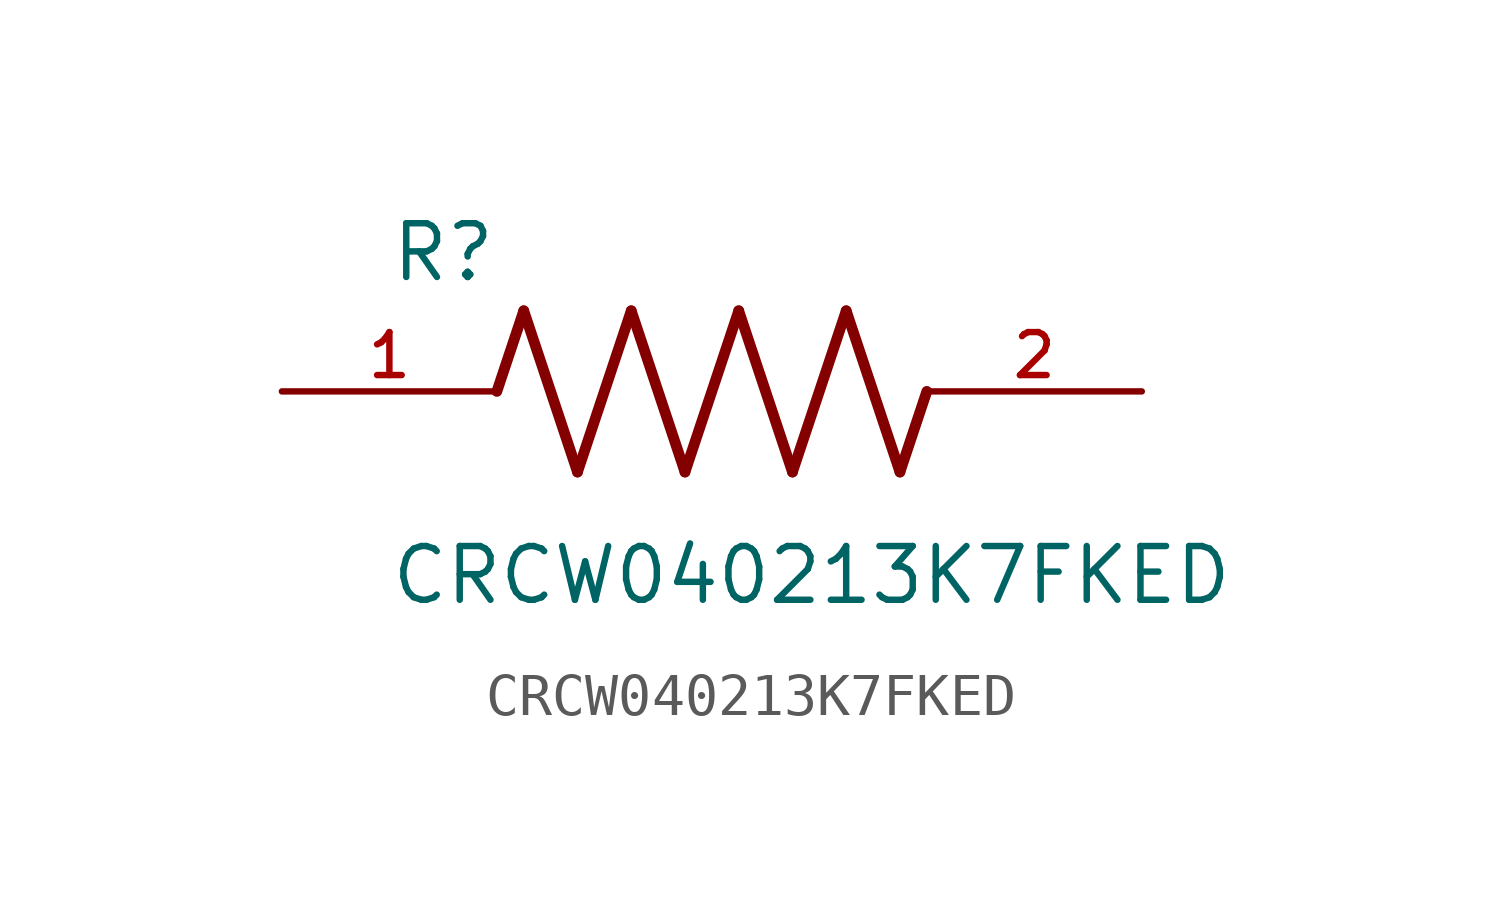
<source format=kicad_sym>
(kicad_symbol_lib
  (version 20211014)
  (generator kicad_symbol_editor)
  (symbol "CRCW040213K7FKED"
    (pin_names
      (offset 1.016))
    (property "Reference" "R"
      (at -7.624 2.541 0)
      (effects (font (size 1.27 1.27)) (justify bottom left)))
    (property "Value" "CRCW040213K7FKED"
      (at -7.63 -5.087 0)
      (effects (font (size 1.27 1.27)) (justify bottom left)))
    (symbol "CRCW040213K7FKED_0_0"
      (polyline (pts (xy -5.08 0.0) (xy -4.445 1.905)) (stroke (width 0.254)))
      (polyline (pts (xy -4.445 1.905) (xy -3.175 -1.905)) (stroke (width 0.254)))
      (polyline (pts (xy -3.175 -1.905) (xy -1.905 1.905)) (stroke (width 0.254)))
      (polyline (pts (xy -1.905 1.905) (xy -0.635 -1.905)) (stroke (width 0.254)))
      (polyline (pts (xy -0.635 -1.905) (xy 0.635 1.905)) (stroke (width 0.254)))
      (polyline (pts (xy 0.635 1.905) (xy 1.905 -1.905)) (stroke (width 0.254)))
      (polyline (pts (xy 1.905 -1.905) (xy 3.175 1.905)) (stroke (width 0.254)))
      (polyline (pts (xy 3.175 1.905) (xy 4.445 -1.905)) (stroke (width 0.254)))
      (polyline (pts (xy 4.445 -1.905) (xy 5.08 0.0)) (stroke (width 0.254)))
      (pin passive line (at -10.16 0.0 0) (length 5.08) (name "~" (effects (font (size 1.016 1.016)))) (number "1" (effects (font (size 1.016 1.016)))))
      (pin passive line (at 10.16 0.0 180.0) (length 5.08) (name "~" (effects (font (size 1.016 1.016)))) (number "2" (effects (font (size 1.016 1.016))))))))
</source>
